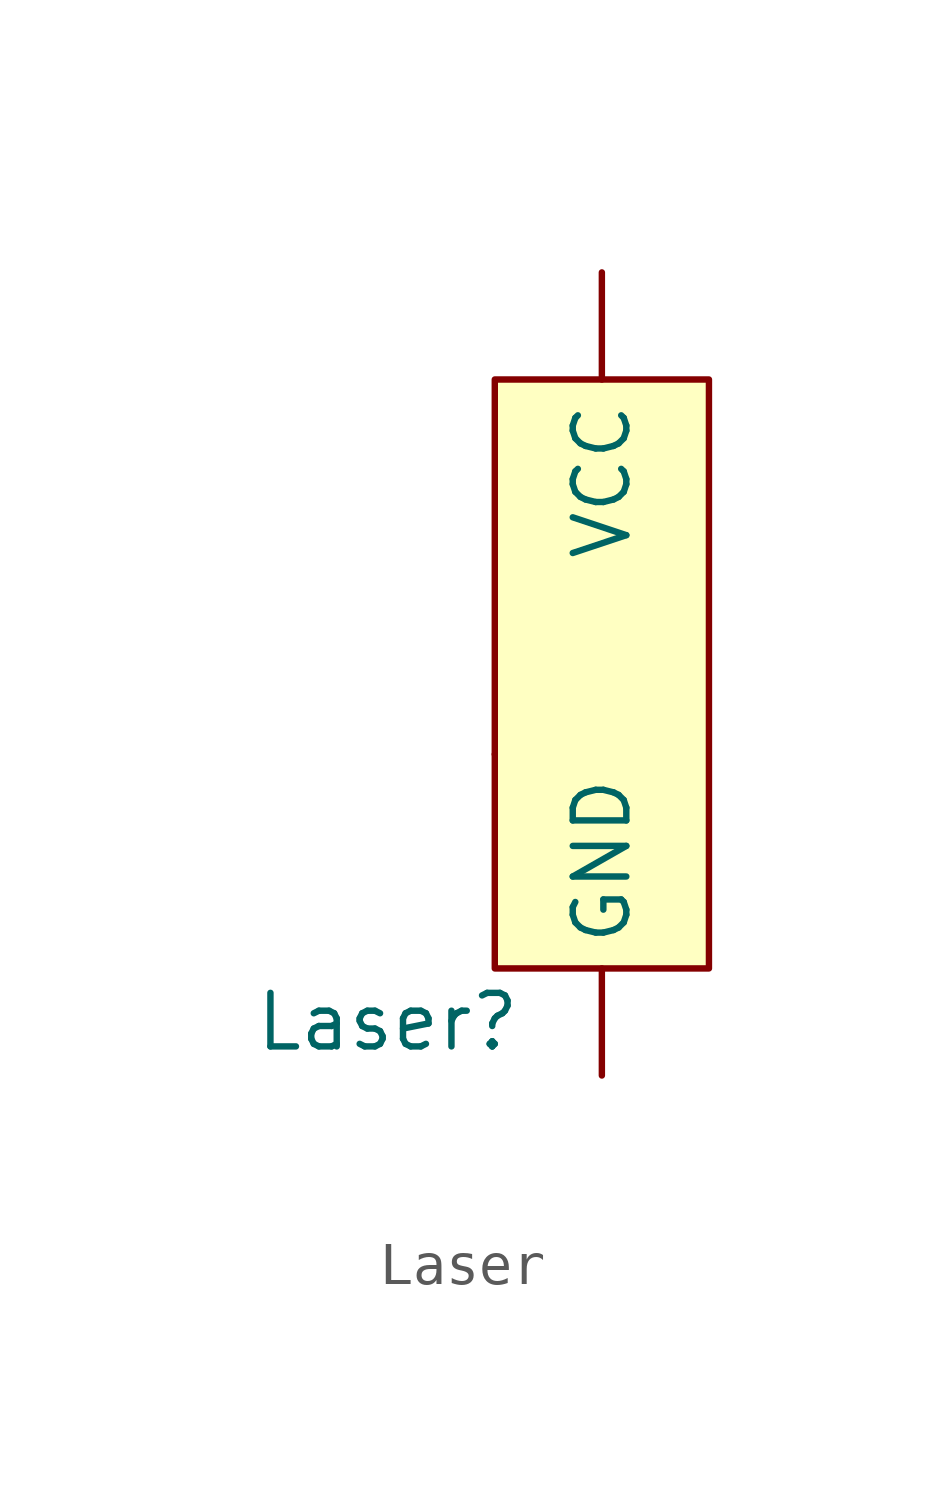
<source format=kicad_sym>
(kicad_symbol_lib
  (version 20220914)
  (generator kicad_symbol_editor)
  (symbol "Laser"
    (property "Reference" "Laser"
      (at -6.35 -1.27 0)
      (effects (font (size 1.27 1.27))))
    (property "Value" ""
      (at -10.16 -3.81 0)
      (effects (font (size 1.27 1.27))))
    (symbol "Laser_0_1"
      (rectangle (start -3.81 5.08) (end -3.81 5.08) (stroke (width 0) (type default)) (fill (type none)))
      (rectangle (start -3.81 13.97) (end 1.27 0) (stroke (width 0) (type default)) (fill (type background))))
    (symbol "Laser_1_1"
      (pin power_in line (at -1.27 -2.54 90) (length 2.54) (name "GND" (effects (font (size 1.27 1.27)))) (number "" (effects (font (size 1.27 1.27)))))
      (pin power_in line (at -1.27 16.51 270) (length 2.54) (name "VCC" (effects (font (size 1.27 1.27)))) (number "" (effects (font (size 1.27 1.27))))))))
</source>
